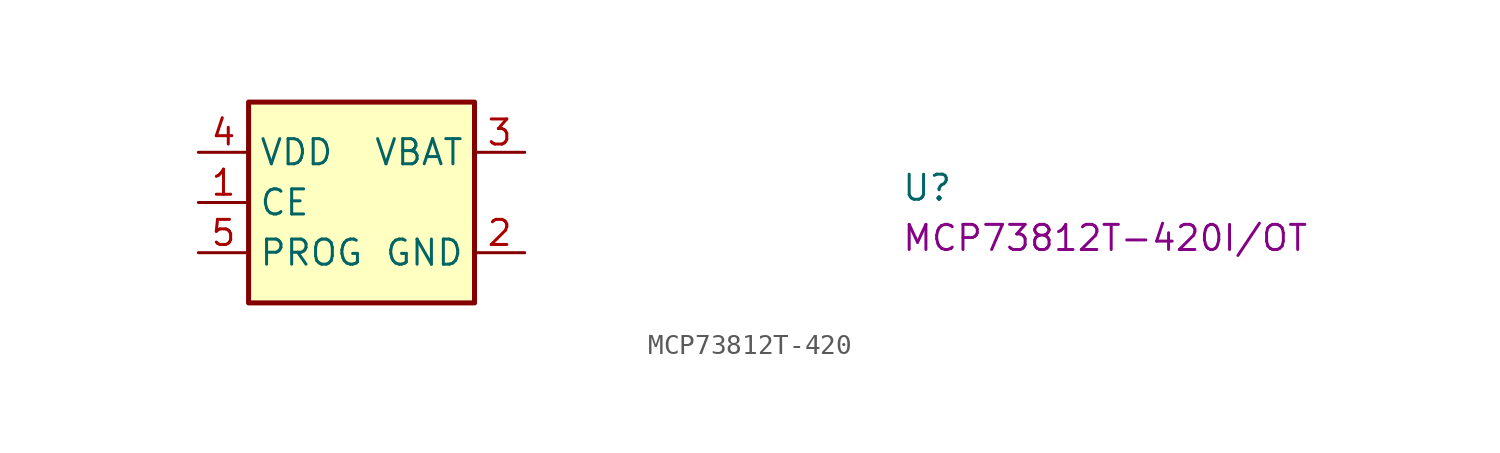
<source format=kicad_sym>
(kicad_symbol_lib
  (version 20220914)
  (generator kicad_symbol_editor)
  (symbol "MCP73812T-420"
    (property "Reference" "U"
      (at 35.56 -2.54 0)
      (effects (font (size 1.27 1.27) (thickness 0.15)) (justify left bottom)))
    (property "MPN" "MCP73812T-420I/OT"
      (at 35.56 -5.08 0)
      (effects (font (size 1.27 1.27) (thickness 0.15)) (justify left bottom)))
    (symbol "MCP73812T-420_1_1"
      (rectangle (start 2.54 2.54) (end 13.97 -7.62) (stroke (width 0.254) (type default)) (fill (type background)))
      (pin input line (at 0 -2.54 0) (length 2.54) (name "CE" (effects (font (size 1.27 1.27)))) (number "1" (effects (font (size 1.27 1.27)))))
      (pin power_in line (at 16.51 -5.08 180) (length 2.54) (name "GND" (effects (font (size 1.27 1.27)))) (number "2" (effects (font (size 1.27 1.27)))))
      (pin power_out line (at 16.51 0 180) (length 2.54) (name "VBAT" (effects (font (size 1.27 1.27)))) (number "3" (effects (font (size 1.27 1.27)))))
      (pin power_in line (at 0 0 0) (length 2.54) (name "VDD" (effects (font (size 1.27 1.27)))) (number "4" (effects (font (size 1.27 1.27)))))
      (pin input line (at 0 -5.08 0) (length 2.54) (name "PROG" (effects (font (size 1.27 1.27)))) (number "5" (effects (font (size 1.27 1.27))))))))
</source>
